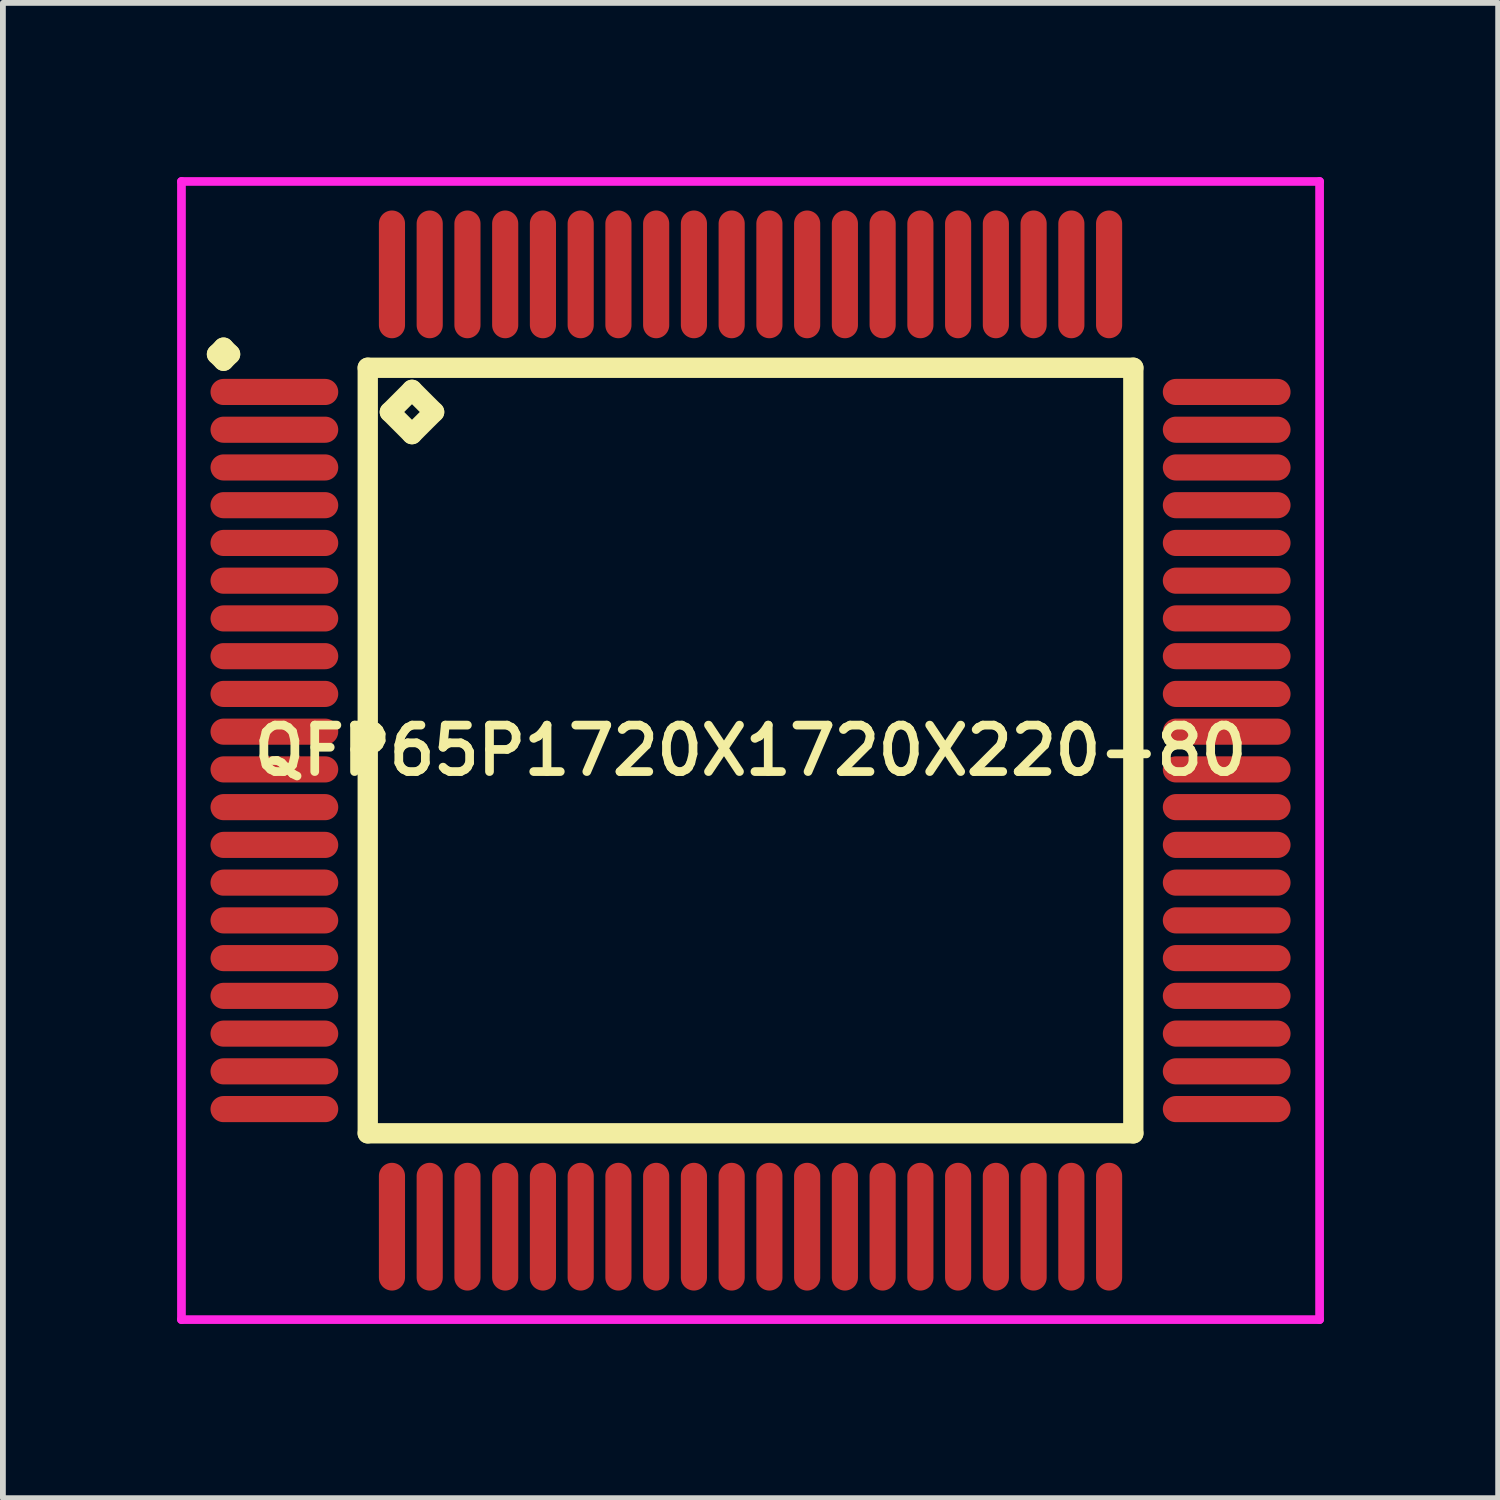
<source format=kicad_pcb>
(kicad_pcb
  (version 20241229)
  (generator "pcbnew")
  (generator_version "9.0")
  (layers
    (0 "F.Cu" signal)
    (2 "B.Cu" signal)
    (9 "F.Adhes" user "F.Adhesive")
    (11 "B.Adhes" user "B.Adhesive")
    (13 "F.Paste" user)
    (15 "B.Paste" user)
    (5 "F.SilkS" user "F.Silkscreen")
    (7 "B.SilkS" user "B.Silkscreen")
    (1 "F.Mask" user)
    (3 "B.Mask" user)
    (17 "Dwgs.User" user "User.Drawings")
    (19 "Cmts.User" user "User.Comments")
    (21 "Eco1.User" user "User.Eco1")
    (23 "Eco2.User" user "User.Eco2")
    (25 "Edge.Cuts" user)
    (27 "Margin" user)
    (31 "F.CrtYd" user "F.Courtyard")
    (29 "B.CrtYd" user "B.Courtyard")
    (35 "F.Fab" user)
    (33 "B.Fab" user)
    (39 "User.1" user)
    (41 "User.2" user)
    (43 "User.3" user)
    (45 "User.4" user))
  (footprint "QFP65P1720X1720X220-80"
    (layer "F.Cu")
    (at 9.875 9.875)
    (property "Reference" "QFP65P1720X1720X220-80" (at 0 0 0) (layer "F.SilkS") (effects (font (size 0.8 0.8) (thickness 0.15))))
    (attr through_hole)
    (fp_line (start -9.188 -6.825) (end -9.075 -6.938) (stroke (width 0.35) (type solid)) (layer "F.SilkS"))
    (fp_line (start -9.075 -6.938) (end -8.963 -6.825) (stroke (width 0.35) (type solid)) (layer "F.SilkS"))
    (fp_line (start -9.075 -6.713) (end -9.188 -6.825) (stroke (width 0.35) (type solid)) (layer "F.SilkS"))
    (fp_line (start -8.963 -6.825) (end -9.075 -6.713) (stroke (width 0.35) (type solid)) (layer "F.SilkS"))
    (fp_line (start -6.592 -6.592) (end -6.592 6.592) (stroke (width 0.35) (type solid)) (layer "F.SilkS"))
    (fp_line (start -6.592 6.592) (end 6.592 6.592) (stroke (width 0.35) (type solid)) (layer "F.SilkS"))
    (fp_line (start -6.211 -5.83) (end -5.83 -6.211) (stroke (width 0.35) (type solid)) (layer "F.SilkS"))
    (fp_line (start -5.83 -6.211) (end -5.449 -5.83) (stroke (width 0.35) (type solid)) (layer "F.SilkS"))
    (fp_line (start -5.83 -5.449) (end -6.211 -5.83) (stroke (width 0.35) (type solid)) (layer "F.SilkS"))
    (fp_line (start -5.449 -5.83) (end -5.83 -5.449) (stroke (width 0.35) (type solid)) (layer "F.SilkS"))
    (fp_line (start 6.592 -6.592) (end -6.592 -6.592) (stroke (width 0.35) (type solid)) (layer "F.SilkS"))
    (fp_line (start 6.592 6.592) (end 6.592 -6.592) (stroke (width 0.35) (type solid)) (layer "F.SilkS"))
    (fp_line (start -9.8 -9.8) (end 9.8 -9.8) (stroke (width 0.15) (type solid)) (layer "F.CrtYd"))
    (fp_line (start -9.8 9.8) (end -9.8 -9.8) (stroke (width 0.15) (type solid)) (layer "F.CrtYd"))
    (fp_line (start 9.8 -9.8) (end 9.8 9.8) (stroke (width 0.15) (type solid)) (layer "F.CrtYd"))
    (fp_line (start 9.8 9.8) (end -9.8 9.8) (stroke (width 0.15) (type solid)) (layer "F.CrtYd"))
    (pad "1" smd oval (at -8.2 -6.175) (size 2.2 0.45) (layers "F.Cu" "F.Mask" "F.Paste"))
    (pad "2" smd oval (at -8.2 -5.525) (size 2.2 0.45) (layers "F.Cu" "F.Mask" "F.Paste"))
    (pad "3" smd oval (at -8.2 -4.875) (size 2.2 0.45) (layers "F.Cu" "F.Mask" "F.Paste"))
    (pad "4" smd oval (at -8.2 -4.225) (size 2.2 0.45) (layers "F.Cu" "F.Mask" "F.Paste"))
    (pad "5" smd oval (at -8.2 -3.575) (size 2.2 0.45) (layers "F.Cu" "F.Mask" "F.Paste"))
    (pad "6" smd oval (at -8.2 -2.925) (size 2.2 0.45) (layers "F.Cu" "F.Mask" "F.Paste"))
    (pad "7" smd oval (at -8.2 -2.275) (size 2.2 0.45) (layers "F.Cu" "F.Mask" "F.Paste"))
    (pad "8" smd oval (at -8.2 -1.625) (size 2.2 0.45) (layers "F.Cu" "F.Mask" "F.Paste"))
    (pad "9" smd oval (at -8.2 -0.975) (size 2.2 0.45) (layers "F.Cu" "F.Mask" "F.Paste"))
    (pad "10" smd oval (at -8.2 -0.325) (size 2.2 0.45) (layers "F.Cu" "F.Mask" "F.Paste"))
    (pad "11" smd oval (at -8.2 0.325) (size 2.2 0.45) (layers "F.Cu" "F.Mask" "F.Paste"))
    (pad "12" smd oval (at -8.2 0.975) (size 2.2 0.45) (layers "F.Cu" "F.Mask" "F.Paste"))
    (pad "13" smd oval (at -8.2 1.625) (size 2.2 0.45) (layers "F.Cu" "F.Mask" "F.Paste"))
    (pad "14" smd oval (at -8.2 2.275) (size 2.2 0.45) (layers "F.Cu" "F.Mask" "F.Paste"))
    (pad "15" smd oval (at -8.2 2.925) (size 2.2 0.45) (layers "F.Cu" "F.Mask" "F.Paste"))
    (pad "16" smd oval (at -8.2 3.575) (size 2.2 0.45) (layers "F.Cu" "F.Mask" "F.Paste"))
    (pad "17" smd oval (at -8.2 4.225) (size 2.2 0.45) (layers "F.Cu" "F.Mask" "F.Paste"))
    (pad "18" smd oval (at -8.2 4.875) (size 2.2 0.45) (layers "F.Cu" "F.Mask" "F.Paste"))
    (pad "19" smd oval (at -8.2 5.525) (size 2.2 0.45) (layers "F.Cu" "F.Mask" "F.Paste"))
    (pad "20" smd oval (at -8.2 6.175) (size 2.2 0.45) (layers "F.Cu" "F.Mask" "F.Paste"))
    (pad "21" smd oval (at -6.175 8.2) (size 0.45 2.2) (layers "F.Cu" "F.Mask" "F.Paste"))
    (pad "22" smd oval (at -5.525 8.2) (size 0.45 2.2) (layers "F.Cu" "F.Mask" "F.Paste"))
    (pad "23" smd oval (at -4.875 8.2) (size 0.45 2.2) (layers "F.Cu" "F.Mask" "F.Paste"))
    (pad "24" smd oval (at -4.225 8.2) (size 0.45 2.2) (layers "F.Cu" "F.Mask" "F.Paste"))
    (pad "25" smd oval (at -3.575 8.2) (size 0.45 2.2) (layers "F.Cu" "F.Mask" "F.Paste"))
    (pad "26" smd oval (at -2.925 8.2) (size 0.45 2.2) (layers "F.Cu" "F.Mask" "F.Paste"))
    (pad "27" smd oval (at -2.275 8.2) (size 0.45 2.2) (layers "F.Cu" "F.Mask" "F.Paste"))
    (pad "28" smd oval (at -1.625 8.2) (size 0.45 2.2) (layers "F.Cu" "F.Mask" "F.Paste"))
    (pad "29" smd oval (at -0.975 8.2) (size 0.45 2.2) (layers "F.Cu" "F.Mask" "F.Paste"))
    (pad "30" smd oval (at -0.325 8.2) (size 0.45 2.2) (layers "F.Cu" "F.Mask" "F.Paste"))
    (pad "31" smd oval (at 0.325 8.2) (size 0.45 2.2) (layers "F.Cu" "F.Mask" "F.Paste"))
    (pad "32" smd oval (at 0.975 8.2) (size 0.45 2.2) (layers "F.Cu" "F.Mask" "F.Paste"))
    (pad "33" smd oval (at 1.625 8.2) (size 0.45 2.2) (layers "F.Cu" "F.Mask" "F.Paste"))
    (pad "34" smd oval (at 2.275 8.2) (size 0.45 2.2) (layers "F.Cu" "F.Mask" "F.Paste"))
    (pad "35" smd oval (at 2.925 8.2) (size 0.45 2.2) (layers "F.Cu" "F.Mask" "F.Paste"))
    (pad "36" smd oval (at 3.575 8.2) (size 0.45 2.2) (layers "F.Cu" "F.Mask" "F.Paste"))
    (pad "37" smd oval (at 4.225 8.2) (size 0.45 2.2) (layers "F.Cu" "F.Mask" "F.Paste"))
    (pad "38" smd oval (at 4.875 8.2) (size 0.45 2.2) (layers "F.Cu" "F.Mask" "F.Paste"))
    (pad "39" smd oval (at 5.525 8.2) (size 0.45 2.2) (layers "F.Cu" "F.Mask" "F.Paste"))
    (pad "40" smd oval (at 6.175 8.2) (size 0.45 2.2) (layers "F.Cu" "F.Mask" "F.Paste"))
    (pad "41" smd oval (at 8.2 6.175) (size 2.2 0.45) (layers "F.Cu" "F.Mask" "F.Paste"))
    (pad "42" smd oval (at 8.2 5.525) (size 2.2 0.45) (layers "F.Cu" "F.Mask" "F.Paste"))
    (pad "43" smd oval (at 8.2 4.875) (size 2.2 0.45) (layers "F.Cu" "F.Mask" "F.Paste"))
    (pad "44" smd oval (at 8.2 4.225) (size 2.2 0.45) (layers "F.Cu" "F.Mask" "F.Paste"))
    (pad "45" smd oval (at 8.2 3.575) (size 2.2 0.45) (layers "F.Cu" "F.Mask" "F.Paste"))
    (pad "46" smd oval (at 8.2 2.925) (size 2.2 0.45) (layers "F.Cu" "F.Mask" "F.Paste"))
    (pad "47" smd oval (at 8.2 2.275) (size 2.2 0.45) (layers "F.Cu" "F.Mask" "F.Paste"))
    (pad "48" smd oval (at 8.2 1.625) (size 2.2 0.45) (layers "F.Cu" "F.Mask" "F.Paste"))
    (pad "49" smd oval (at 8.2 0.975) (size 2.2 0.45) (layers "F.Cu" "F.Mask" "F.Paste"))
    (pad "50" smd oval (at 8.2 0.325) (size 2.2 0.45) (layers "F.Cu" "F.Mask" "F.Paste"))
    (pad "51" smd oval (at 8.2 -0.325) (size 2.2 0.45) (layers "F.Cu" "F.Mask" "F.Paste"))
    (pad "52" smd oval (at 8.2 -0.975) (size 2.2 0.45) (layers "F.Cu" "F.Mask" "F.Paste"))
    (pad "53" smd oval (at 8.2 -1.625) (size 2.2 0.45) (layers "F.Cu" "F.Mask" "F.Paste"))
    (pad "54" smd oval (at 8.2 -2.275) (size 2.2 0.45) (layers "F.Cu" "F.Mask" "F.Paste"))
    (pad "55" smd oval (at 8.2 -2.925) (size 2.2 0.45) (layers "F.Cu" "F.Mask" "F.Paste"))
    (pad "56" smd oval (at 8.2 -3.575) (size 2.2 0.45) (layers "F.Cu" "F.Mask" "F.Paste"))
    (pad "57" smd oval (at 8.2 -4.225) (size 2.2 0.45) (layers "F.Cu" "F.Mask" "F.Paste"))
    (pad "58" smd oval (at 8.2 -4.875) (size 2.2 0.45) (layers "F.Cu" "F.Mask" "F.Paste"))
    (pad "59" smd oval (at 8.2 -5.525) (size 2.2 0.45) (layers "F.Cu" "F.Mask" "F.Paste"))
    (pad "60" smd oval (at 8.2 -6.175) (size 2.2 0.45) (layers "F.Cu" "F.Mask" "F.Paste"))
    (pad "61" smd oval (at 6.175 -8.2) (size 0.45 2.2) (layers "F.Cu" "F.Mask" "F.Paste"))
    (pad "62" smd oval (at 5.525 -8.2) (size 0.45 2.2) (layers "F.Cu" "F.Mask" "F.Paste"))
    (pad "63" smd oval (at 4.875 -8.2) (size 0.45 2.2) (layers "F.Cu" "F.Mask" "F.Paste"))
    (pad "64" smd oval (at 4.225 -8.2) (size 0.45 2.2) (layers "F.Cu" "F.Mask" "F.Paste"))
    (pad "65" smd oval (at 3.575 -8.2) (size 0.45 2.2) (layers "F.Cu" "F.Mask" "F.Paste"))
    (pad "66" smd oval (at 2.925 -8.2) (size 0.45 2.2) (layers "F.Cu" "F.Mask" "F.Paste"))
    (pad "67" smd oval (at 2.275 -8.2) (size 0.45 2.2) (layers "F.Cu" "F.Mask" "F.Paste"))
    (pad "68" smd oval (at 1.625 -8.2) (size 0.45 2.2) (layers "F.Cu" "F.Mask" "F.Paste"))
    (pad "69" smd oval (at 0.975 -8.2) (size 0.45 2.2) (layers "F.Cu" "F.Mask" "F.Paste"))
    (pad "70" smd oval (at 0.325 -8.2) (size 0.45 2.2) (layers "F.Cu" "F.Mask" "F.Paste"))
    (pad "71" smd oval (at -0.325 -8.2) (size 0.45 2.2) (layers "F.Cu" "F.Mask" "F.Paste"))
    (pad "72" smd oval (at -0.975 -8.2) (size 0.45 2.2) (layers "F.Cu" "F.Mask" "F.Paste"))
    (pad "73" smd oval (at -1.625 -8.2) (size 0.45 2.2) (layers "F.Cu" "F.Mask" "F.Paste"))
    (pad "74" smd oval (at -2.275 -8.2) (size 0.45 2.2) (layers "F.Cu" "F.Mask" "F.Paste"))
    (pad "75" smd oval (at -2.925 -8.2) (size 0.45 2.2) (layers "F.Cu" "F.Mask" "F.Paste"))
    (pad "76" smd oval (at -3.575 -8.2) (size 0.45 2.2) (layers "F.Cu" "F.Mask" "F.Paste"))
    (pad "77" smd oval (at -4.225 -8.2) (size 0.45 2.2) (layers "F.Cu" "F.Mask" "F.Paste"))
    (pad "78" smd oval (at -4.875 -8.2) (size 0.45 2.2) (layers "F.Cu" "F.Mask" "F.Paste"))
    (pad "79" smd oval (at -5.525 -8.2) (size 0.45 2.2) (layers "F.Cu" "F.Mask" "F.Paste"))
    (pad "80" smd oval (at -6.175 -8.2) (size 0.45 2.2) (layers "F.Cu" "F.Mask" "F.Paste")))
  (gr_rect
    (start -3 -3)
    (end 22.75 22.75)
    (stroke (width 0.1) (type default))
    (fill no)
    (layer "Edge.Cuts")))
</source>
